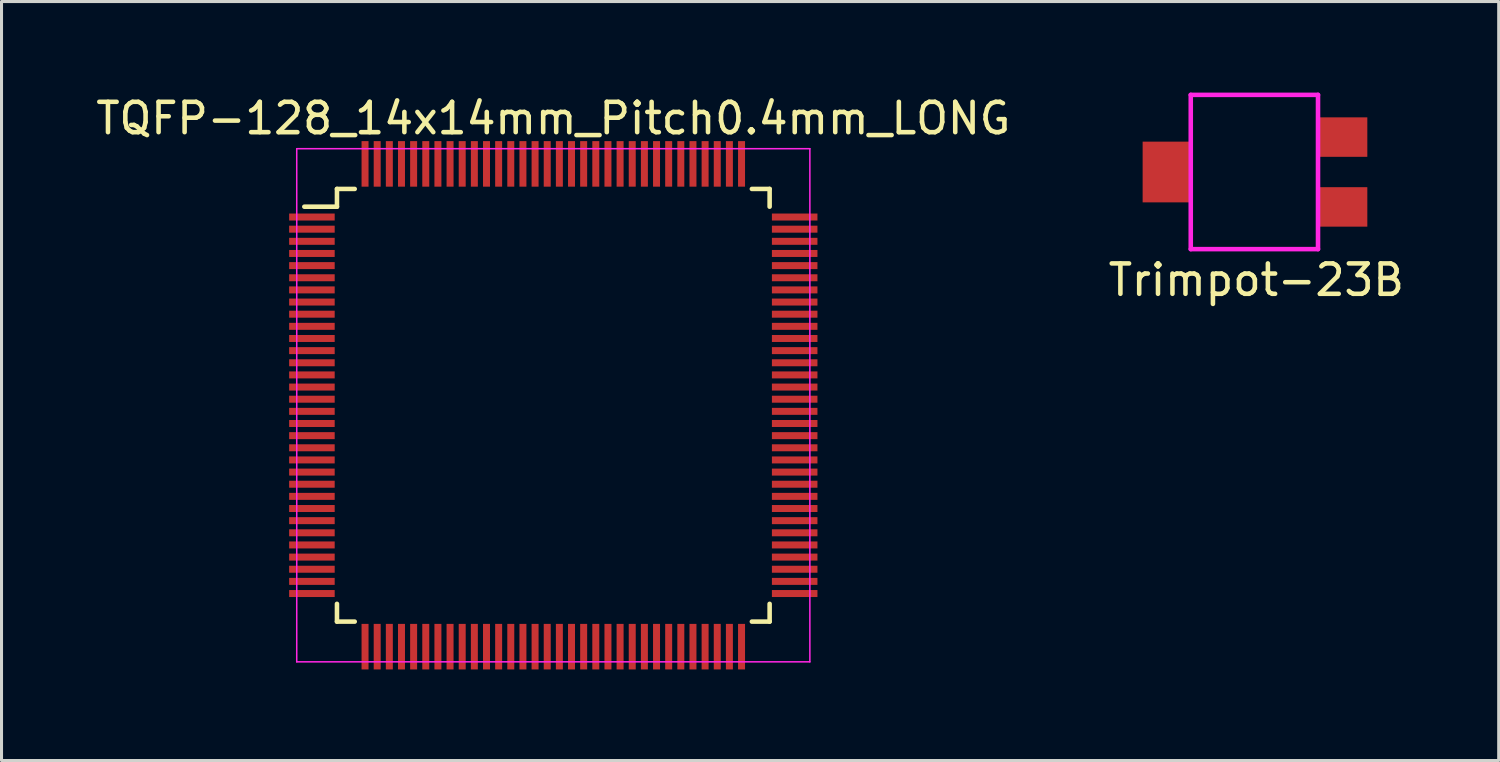
<source format=kicad_pcb>
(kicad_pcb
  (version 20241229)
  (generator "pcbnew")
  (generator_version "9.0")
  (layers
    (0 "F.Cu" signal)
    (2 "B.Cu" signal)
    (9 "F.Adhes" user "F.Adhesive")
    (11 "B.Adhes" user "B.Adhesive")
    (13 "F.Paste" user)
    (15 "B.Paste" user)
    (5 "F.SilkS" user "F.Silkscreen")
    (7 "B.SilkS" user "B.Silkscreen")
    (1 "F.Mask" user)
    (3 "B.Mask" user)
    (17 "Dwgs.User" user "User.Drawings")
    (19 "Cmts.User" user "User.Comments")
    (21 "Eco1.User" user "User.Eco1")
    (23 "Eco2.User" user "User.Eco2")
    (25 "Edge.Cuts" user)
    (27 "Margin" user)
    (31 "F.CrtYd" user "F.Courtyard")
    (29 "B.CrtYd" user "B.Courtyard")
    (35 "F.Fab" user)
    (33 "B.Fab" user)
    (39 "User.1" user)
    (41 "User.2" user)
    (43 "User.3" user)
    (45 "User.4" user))
  (footprint "Trimpot-23B"
    (layer "F.Cu")
    (at 35.533 2.615)
    (property "Reference" "Trimpot-23B" (at 2.794 3.556 0) (layer "F.SilkS") (effects (font (size 1 1) (thickness 0.15))))
    (attr through_hole)
    (fp_line (start 0.635 -2.54) (end 4.826 -2.54) (stroke (width 0.15) (type solid)) (layer "F.CrtYd"))
    (fp_line (start 0.635 2.54) (end 0.635 -2.54) (stroke (width 0.15) (type solid)) (layer "F.CrtYd"))
    (fp_line (start 4.826 -2.54) (end 4.826 2.54) (stroke (width 0.15) (type solid)) (layer "F.CrtYd"))
    (fp_line (start 4.826 2.54) (end 0.635 2.54) (stroke (width 0.15) (type solid)) (layer "F.CrtYd"))
    (pad "1" smd rect (at 5.65 -1.15) (size 1.6 1.3) (layers "F.Cu" "F.Mask" "F.Paste"))
    (pad "2" smd rect (at -0.15 0) (size 1.6 2) (layers "F.Cu" "F.Mask" "F.Paste"))
    (pad "3" smd rect (at 5.65 1.15) (size 1.6 1.3) (layers "F.Cu" "F.Mask" "F.Paste")))
  (footprint "TQFP-128_14x14mm_Pitch0.4mm_LONG"
    (layer "F.Cu")
    (at 15.173 10.298)
    (property "Reference" "TQFP-128_14x14mm_Pitch0.4mm_LONG" (at 0 -9.45 0) (layer "F.SilkS") (effects (font (size 1 1) (thickness 0.15))))
    (attr smd)
    (fp_line (start -7.125 -7.125) (end -7.125 -6.54) (stroke (width 0.15) (type solid)) (layer "F.SilkS"))
    (fp_line (start -7.125 -7.125) (end -6.54 -7.125) (stroke (width 0.15) (type solid)) (layer "F.SilkS"))
    (fp_line (start -7.125 -6.54) (end -8.2 -6.54) (stroke (width 0.15) (type solid)) (layer "F.SilkS"))
    (fp_line (start -7.125 7.125) (end -7.125 6.54) (stroke (width 0.15) (type solid)) (layer "F.SilkS"))
    (fp_line (start -7.125 7.125) (end -6.54 7.125) (stroke (width 0.15) (type solid)) (layer "F.SilkS"))
    (fp_line (start 7.125 -7.125) (end 6.54 -7.125) (stroke (width 0.15) (type solid)) (layer "F.SilkS"))
    (fp_line (start 7.125 -7.125) (end 7.125 -6.54) (stroke (width 0.15) (type solid)) (layer "F.SilkS"))
    (fp_line (start 7.125 7.125) (end 6.54 7.125) (stroke (width 0.15) (type solid)) (layer "F.SilkS"))
    (fp_line (start 7.125 7.125) (end 7.125 6.54) (stroke (width 0.15) (type solid)) (layer "F.SilkS"))
    (fp_line (start -8.45 -8.45) (end -8.45 8.45) (stroke (width 0.05) (type solid)) (layer "F.CrtYd"))
    (fp_line (start -8.45 -8.45) (end 8.45 -8.45) (stroke (width 0.05) (type solid)) (layer "F.CrtYd"))
    (fp_line (start -8.45 8.45) (end 8.45 8.45) (stroke (width 0.05) (type solid)) (layer "F.CrtYd"))
    (fp_line (start 8.45 -8.45) (end 8.45 8.45) (stroke (width 0.05) (type solid)) (layer "F.CrtYd"))
    (pad "1" smd rect (at -7.95 -6.2) (size 1.5 0.23) (layers "F.Cu" "F.Mask" "F.Paste"))
    (pad "2" smd rect (at -7.95 -5.8) (size 1.5 0.23) (layers "F.Cu" "F.Mask" "F.Paste"))
    (pad "3" smd rect (at -7.95 -5.4) (size 1.5 0.23) (layers "F.Cu" "F.Mask" "F.Paste"))
    (pad "4" smd rect (at -7.95 -5) (size 1.5 0.23) (layers "F.Cu" "F.Mask" "F.Paste"))
    (pad "5" smd rect (at -7.95 -4.6) (size 1.5 0.23) (layers "F.Cu" "F.Mask" "F.Paste"))
    (pad "6" smd rect (at -7.95 -4.2) (size 1.5 0.23) (layers "F.Cu" "F.Mask" "F.Paste"))
    (pad "7" smd rect (at -7.95 -3.8) (size 1.5 0.23) (layers "F.Cu" "F.Mask" "F.Paste"))
    (pad "8" smd rect (at -7.95 -3.4) (size 1.5 0.23) (layers "F.Cu" "F.Mask" "F.Paste"))
    (pad "9" smd rect (at -7.95 -3) (size 1.5 0.23) (layers "F.Cu" "F.Mask" "F.Paste"))
    (pad "10" smd rect (at -7.95 -2.6) (size 1.5 0.23) (layers "F.Cu" "F.Mask" "F.Paste"))
    (pad "11" smd rect (at -7.95 -2.2) (size 1.5 0.23) (layers "F.Cu" "F.Mask" "F.Paste"))
    (pad "12" smd rect (at -7.95 -1.8) (size 1.5 0.23) (layers "F.Cu" "F.Mask" "F.Paste"))
    (pad "13" smd rect (at -7.95 -1.4) (size 1.5 0.23) (layers "F.Cu" "F.Mask" "F.Paste"))
    (pad "14" smd rect (at -7.95 -1) (size 1.5 0.23) (layers "F.Cu" "F.Mask" "F.Paste"))
    (pad "15" smd rect (at -7.95 -0.6) (size 1.5 0.23) (layers "F.Cu" "F.Mask" "F.Paste"))
    (pad "16" smd rect (at -7.95 -0.2) (size 1.5 0.23) (layers "F.Cu" "F.Mask" "F.Paste"))
    (pad "17" smd rect (at -7.95 0.2) (size 1.5 0.23) (layers "F.Cu" "F.Mask" "F.Paste"))
    (pad "18" smd rect (at -7.95 0.6) (size 1.5 0.23) (layers "F.Cu" "F.Mask" "F.Paste"))
    (pad "19" smd rect (at -7.95 1) (size 1.5 0.23) (layers "F.Cu" "F.Mask" "F.Paste"))
    (pad "20" smd rect (at -7.95 1.4) (size 1.5 0.23) (layers "F.Cu" "F.Mask" "F.Paste"))
    (pad "21" smd rect (at -7.95 1.8) (size 1.5 0.23) (layers "F.Cu" "F.Mask" "F.Paste"))
    (pad "22" smd rect (at -7.95 2.2) (size 1.5 0.23) (layers "F.Cu" "F.Mask" "F.Paste"))
    (pad "23" smd rect (at -7.95 2.6) (size 1.5 0.23) (layers "F.Cu" "F.Mask" "F.Paste"))
    (pad "24" smd rect (at -7.95 3) (size 1.5 0.23) (layers "F.Cu" "F.Mask" "F.Paste"))
    (pad "25" smd rect (at -7.95 3.4) (size 1.5 0.23) (layers "F.Cu" "F.Mask" "F.Paste"))
    (pad "26" smd rect (at -7.95 3.8) (size 1.5 0.23) (layers "F.Cu" "F.Mask" "F.Paste"))
    (pad "27" smd rect (at -7.95 4.2) (size 1.5 0.23) (layers "F.Cu" "F.Mask" "F.Paste"))
    (pad "28" smd rect (at -7.95 4.6) (size 1.5 0.23) (layers "F.Cu" "F.Mask" "F.Paste"))
    (pad "29" smd rect (at -7.95 5) (size 1.5 0.23) (layers "F.Cu" "F.Mask" "F.Paste"))
    (pad "30" smd rect (at -7.95 5.4) (size 1.5 0.23) (layers "F.Cu" "F.Mask" "F.Paste"))
    (pad "31" smd rect (at -7.95 5.8) (size 1.5 0.23) (layers "F.Cu" "F.Mask" "F.Paste"))
    (pad "32" smd rect (at -7.95 6.2) (size 1.5 0.23) (layers "F.Cu" "F.Mask" "F.Paste"))
    (pad "33" smd rect (at -6.2 7.95 90) (size 1.5 0.23) (layers "F.Cu" "F.Mask" "F.Paste"))
    (pad "34" smd rect (at -5.8 7.95 90) (size 1.5 0.23) (layers "F.Cu" "F.Mask" "F.Paste"))
    (pad "35" smd rect (at -5.4 7.95 90) (size 1.5 0.23) (layers "F.Cu" "F.Mask" "F.Paste"))
    (pad "36" smd rect (at -5 7.95 90) (size 1.5 0.23) (layers "F.Cu" "F.Mask" "F.Paste"))
    (pad "37" smd rect (at -4.6 7.95 90) (size 1.5 0.23) (layers "F.Cu" "F.Mask" "F.Paste"))
    (pad "38" smd rect (at -4.2 7.95 90) (size 1.5 0.23) (layers "F.Cu" "F.Mask" "F.Paste"))
    (pad "39" smd rect (at -3.8 7.95 90) (size 1.5 0.23) (layers "F.Cu" "F.Mask" "F.Paste"))
    (pad "40" smd rect (at -3.4 7.95 90) (size 1.5 0.23) (layers "F.Cu" "F.Mask" "F.Paste"))
    (pad "41" smd rect (at -3 7.95 90) (size 1.5 0.23) (layers "F.Cu" "F.Mask" "F.Paste"))
    (pad "42" smd rect (at -2.6 7.95 90) (size 1.5 0.23) (layers "F.Cu" "F.Mask" "F.Paste"))
    (pad "43" smd rect (at -2.2 7.95 90) (size 1.5 0.23) (layers "F.Cu" "F.Mask" "F.Paste"))
    (pad "44" smd rect (at -1.8 7.95 90) (size 1.5 0.23) (layers "F.Cu" "F.Mask" "F.Paste"))
    (pad "45" smd rect (at -1.4 7.95 90) (size 1.5 0.23) (layers "F.Cu" "F.Mask" "F.Paste"))
    (pad "46" smd rect (at -1 7.95 90) (size 1.5 0.23) (layers "F.Cu" "F.Mask" "F.Paste"))
    (pad "47" smd rect (at -0.6 7.95 90) (size 1.5 0.23) (layers "F.Cu" "F.Mask" "F.Paste"))
    (pad "48" smd rect (at -0.2 7.95 90) (size 1.5 0.23) (layers "F.Cu" "F.Mask" "F.Paste"))
    (pad "49" smd rect (at 0.2 7.95 90) (size 1.5 0.23) (layers "F.Cu" "F.Mask" "F.Paste"))
    (pad "50" smd rect (at 0.6 7.95 90) (size 1.5 0.23) (layers "F.Cu" "F.Mask" "F.Paste"))
    (pad "51" smd rect (at 1 7.95 90) (size 1.5 0.23) (layers "F.Cu" "F.Mask" "F.Paste"))
    (pad "52" smd rect (at 1.4 7.95 90) (size 1.5 0.23) (layers "F.Cu" "F.Mask" "F.Paste"))
    (pad "53" smd rect (at 1.8 7.95 90) (size 1.5 0.23) (layers "F.Cu" "F.Mask" "F.Paste"))
    (pad "54" smd rect (at 2.2 7.95 90) (size 1.5 0.23) (layers "F.Cu" "F.Mask" "F.Paste"))
    (pad "55" smd rect (at 2.6 7.95 90) (size 1.5 0.23) (layers "F.Cu" "F.Mask" "F.Paste"))
    (pad "56" smd rect (at 3 7.95 90) (size 1.5 0.23) (layers "F.Cu" "F.Mask" "F.Paste"))
    (pad "57" smd rect (at 3.4 7.95 90) (size 1.5 0.23) (layers "F.Cu" "F.Mask" "F.Paste"))
    (pad "58" smd rect (at 3.8 7.95 90) (size 1.5 0.23) (layers "F.Cu" "F.Mask" "F.Paste"))
    (pad "59" smd rect (at 4.2 7.95 90) (size 1.5 0.23) (layers "F.Cu" "F.Mask" "F.Paste"))
    (pad "60" smd rect (at 4.6 7.95 90) (size 1.5 0.23) (layers "F.Cu" "F.Mask" "F.Paste"))
    (pad "61" smd rect (at 5 7.95 90) (size 1.5 0.23) (layers "F.Cu" "F.Mask" "F.Paste"))
    (pad "62" smd rect (at 5.4 7.95 90) (size 1.5 0.23) (layers "F.Cu" "F.Mask" "F.Paste"))
    (pad "63" smd rect (at 5.8 7.95 90) (size 1.5 0.23) (layers "F.Cu" "F.Mask" "F.Paste"))
    (pad "64" smd rect (at 6.2 7.95 90) (size 1.5 0.23) (layers "F.Cu" "F.Mask" "F.Paste"))
    (pad "65" smd rect (at 7.95 6.2) (size 1.5 0.23) (layers "F.Cu" "F.Mask" "F.Paste"))
    (pad "66" smd rect (at 7.95 5.8) (size 1.5 0.23) (layers "F.Cu" "F.Mask" "F.Paste"))
    (pad "67" smd rect (at 7.95 5.4) (size 1.5 0.23) (layers "F.Cu" "F.Mask" "F.Paste"))
    (pad "68" smd rect (at 7.95 5) (size 1.5 0.23) (layers "F.Cu" "F.Mask" "F.Paste"))
    (pad "69" smd rect (at 7.95 4.6) (size 1.5 0.23) (layers "F.Cu" "F.Mask" "F.Paste"))
    (pad "70" smd rect (at 7.95 4.2) (size 1.5 0.23) (layers "F.Cu" "F.Mask" "F.Paste"))
    (pad "71" smd rect (at 7.95 3.8) (size 1.5 0.23) (layers "F.Cu" "F.Mask" "F.Paste"))
    (pad "72" smd rect (at 7.95 3.4) (size 1.5 0.23) (layers "F.Cu" "F.Mask" "F.Paste"))
    (pad "73" smd rect (at 7.95 3) (size 1.5 0.23) (layers "F.Cu" "F.Mask" "F.Paste"))
    (pad "74" smd rect (at 7.95 2.6) (size 1.5 0.23) (layers "F.Cu" "F.Mask" "F.Paste"))
    (pad "75" smd rect (at 7.95 2.2) (size 1.5 0.23) (layers "F.Cu" "F.Mask" "F.Paste"))
    (pad "76" smd rect (at 7.95 1.8) (size 1.5 0.23) (layers "F.Cu" "F.Mask" "F.Paste"))
    (pad "77" smd rect (at 7.95 1.4) (size 1.5 0.23) (layers "F.Cu" "F.Mask" "F.Paste"))
    (pad "78" smd rect (at 7.95 1) (size 1.5 0.23) (layers "F.Cu" "F.Mask" "F.Paste"))
    (pad "79" smd rect (at 7.95 0.6) (size 1.5 0.23) (layers "F.Cu" "F.Mask" "F.Paste"))
    (pad "80" smd rect (at 7.95 0.2) (size 1.5 0.23) (layers "F.Cu" "F.Mask" "F.Paste"))
    (pad "81" smd rect (at 7.95 -0.2) (size 1.5 0.23) (layers "F.Cu" "F.Mask" "F.Paste"))
    (pad "82" smd rect (at 7.95 -0.6) (size 1.5 0.23) (layers "F.Cu" "F.Mask" "F.Paste"))
    (pad "83" smd rect (at 7.95 -1) (size 1.5 0.23) (layers "F.Cu" "F.Mask" "F.Paste"))
    (pad "84" smd rect (at 7.95 -1.4) (size 1.5 0.23) (layers "F.Cu" "F.Mask" "F.Paste"))
    (pad "85" smd rect (at 7.95 -1.8) (size 1.5 0.23) (layers "F.Cu" "F.Mask" "F.Paste"))
    (pad "86" smd rect (at 7.95 -2.2) (size 1.5 0.23) (layers "F.Cu" "F.Mask" "F.Paste"))
    (pad "87" smd rect (at 7.95 -2.6) (size 1.5 0.23) (layers "F.Cu" "F.Mask" "F.Paste"))
    (pad "88" smd rect (at 7.95 -3) (size 1.5 0.23) (layers "F.Cu" "F.Mask" "F.Paste"))
    (pad "89" smd rect (at 7.95 -3.4) (size 1.5 0.23) (layers "F.Cu" "F.Mask" "F.Paste"))
    (pad "90" smd rect (at 7.95 -3.8) (size 1.5 0.23) (layers "F.Cu" "F.Mask" "F.Paste"))
    (pad "91" smd rect (at 7.95 -4.2) (size 1.5 0.23) (layers "F.Cu" "F.Mask" "F.Paste"))
    (pad "92" smd rect (at 7.95 -4.6) (size 1.5 0.23) (layers "F.Cu" "F.Mask" "F.Paste"))
    (pad "93" smd rect (at 7.95 -5) (size 1.5 0.23) (layers "F.Cu" "F.Mask" "F.Paste"))
    (pad "94" smd rect (at 7.95 -5.4) (size 1.5 0.23) (layers "F.Cu" "F.Mask" "F.Paste"))
    (pad "95" smd rect (at 7.95 -5.8) (size 1.5 0.23) (layers "F.Cu" "F.Mask" "F.Paste"))
    (pad "96" smd rect (at 7.95 -6.2) (size 1.5 0.23) (layers "F.Cu" "F.Mask" "F.Paste"))
    (pad "97" smd rect (at 6.2 -7.95 90) (size 1.5 0.23) (layers "F.Cu" "F.Mask" "F.Paste"))
    (pad "98" smd rect (at 5.8 -7.95 90) (size 1.5 0.23) (layers "F.Cu" "F.Mask" "F.Paste"))
    (pad "99" smd rect (at 5.4 -7.95 90) (size 1.5 0.23) (layers "F.Cu" "F.Mask" "F.Paste"))
    (pad "100" smd rect (at 5 -7.95 90) (size 1.5 0.23) (layers "F.Cu" "F.Mask" "F.Paste"))
    (pad "101" smd rect (at 4.6 -7.95 90) (size 1.5 0.23) (layers "F.Cu" "F.Mask" "F.Paste"))
    (pad "102" smd rect (at 4.2 -7.95 90) (size 1.5 0.23) (layers "F.Cu" "F.Mask" "F.Paste"))
    (pad "103" smd rect (at 3.8 -7.95 90) (size 1.5 0.23) (layers "F.Cu" "F.Mask" "F.Paste"))
    (pad "104" smd rect (at 3.4 -7.95 90) (size 1.5 0.23) (layers "F.Cu" "F.Mask" "F.Paste"))
    (pad "105" smd rect (at 3 -7.95 90) (size 1.5 0.23) (layers "F.Cu" "F.Mask" "F.Paste"))
    (pad "106" smd rect (at 2.6 -7.95 90) (size 1.5 0.23) (layers "F.Cu" "F.Mask" "F.Paste"))
    (pad "107" smd rect (at 2.2 -7.95 90) (size 1.5 0.23) (layers "F.Cu" "F.Mask" "F.Paste"))
    (pad "108" smd rect (at 1.8 -7.95 90) (size 1.5 0.23) (layers "F.Cu" "F.Mask" "F.Paste"))
    (pad "109" smd rect (at 1.4 -7.95 90) (size 1.5 0.23) (layers "F.Cu" "F.Mask" "F.Paste"))
    (pad "110" smd rect (at 1 -7.95 90) (size 1.5 0.23) (layers "F.Cu" "F.Mask" "F.Paste"))
    (pad "111" smd rect (at 0.6 -7.95 90) (size 1.5 0.23) (layers "F.Cu" "F.Mask" "F.Paste"))
    (pad "112" smd rect (at 0.2 -7.95 90) (size 1.5 0.23) (layers "F.Cu" "F.Mask" "F.Paste"))
    (pad "113" smd rect (at -0.2 -7.95 90) (size 1.5 0.23) (layers "F.Cu" "F.Mask" "F.Paste"))
    (pad "114" smd rect (at -0.6 -7.95 90) (size 1.5 0.23) (layers "F.Cu" "F.Mask" "F.Paste"))
    (pad "115" smd rect (at -1 -7.95 90) (size 1.5 0.23) (layers "F.Cu" "F.Mask" "F.Paste"))
    (pad "116" smd rect (at -1.4 -7.95 90) (size 1.5 0.23) (layers "F.Cu" "F.Mask" "F.Paste"))
    (pad "117" smd rect (at -1.8 -7.95 90) (size 1.5 0.23) (layers "F.Cu" "F.Mask" "F.Paste"))
    (pad "118" smd rect (at -2.2 -7.95 90) (size 1.5 0.23) (layers "F.Cu" "F.Mask" "F.Paste"))
    (pad "119" smd rect (at -2.6 -7.95 90) (size 1.5 0.23) (layers "F.Cu" "F.Mask" "F.Paste"))
    (pad "120" smd rect (at -3 -7.95 90) (size 1.5 0.23) (layers "F.Cu" "F.Mask" "F.Paste"))
    (pad "121" smd rect (at -3.4 -7.95 90) (size 1.5 0.23) (layers "F.Cu" "F.Mask" "F.Paste"))
    (pad "122" smd rect (at -3.8 -7.95 90) (size 1.5 0.23) (layers "F.Cu" "F.Mask" "F.Paste"))
    (pad "123" smd rect (at -4.2 -7.95 90) (size 1.5 0.23) (layers "F.Cu" "F.Mask" "F.Paste"))
    (pad "124" smd rect (at -4.6 -7.95 90) (size 1.5 0.23) (layers "F.Cu" "F.Mask" "F.Paste"))
    (pad "125" smd rect (at -5 -7.95 90) (size 1.5 0.23) (layers "F.Cu" "F.Mask" "F.Paste"))
    (pad "126" smd rect (at -5.4 -7.95 90) (size 1.5 0.23) (layers "F.Cu" "F.Mask" "F.Paste"))
    (pad "127" smd rect (at -5.8 -7.95 90) (size 1.5 0.23) (layers "F.Cu" "F.Mask" "F.Paste"))
    (pad "128" smd rect (at -6.2 -7.95 90) (size 1.5 0.23) (layers "F.Cu" "F.Mask" "F.Paste")))
  (gr_rect
    (start -3 -3)
    (end 46.31 21.998)
    (stroke (width 0.1) (type default))
    (fill no)
    (layer "Edge.Cuts")))
</source>
